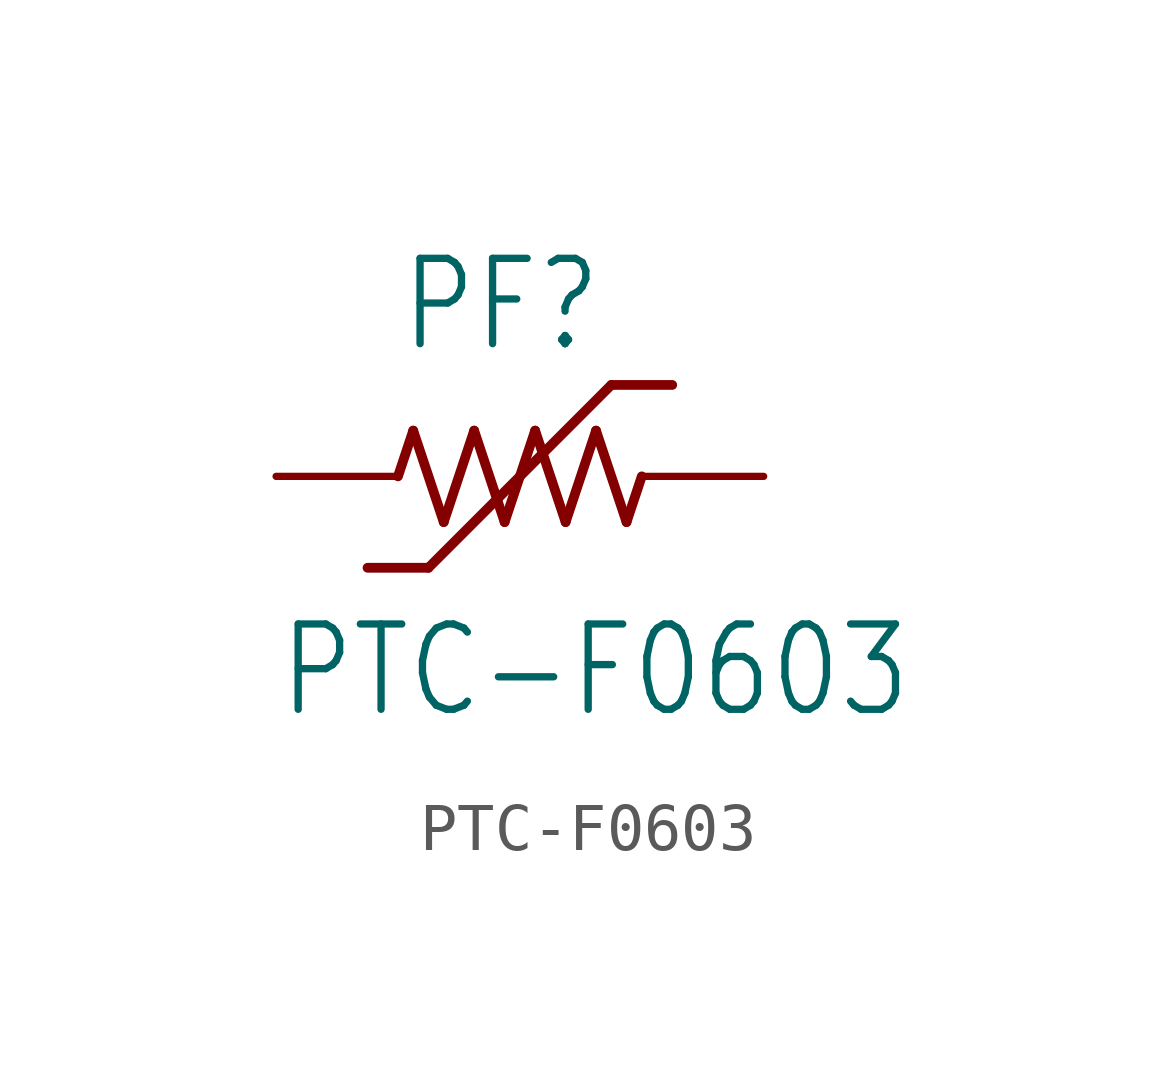
<source format=kicad_sym>
(kicad_symbol_lib
  (version 20211014)
  (generator kicad_symbol_editor)
  (symbol "PTC-F0603"
    (property "Reference" "PF"
      (at -2.54 2.54 0)
      (effects (font (size 1.778 1.511)) (justify left bottom)))
    (property "Value" "PTC-F0603"
      (at -5.08 -5.08 0)
      (effects (font (size 1.778 1.511)) (justify left bottom)))
    (property "ki_locked" ""
      (at 0 0 0)
      (effects (font (size 1.27 1.27))))
    (symbol "PTC-F0603_1_0"
      (polyline (pts (xy -2.54 0) (xy -2.223 0.953)) (stroke (width 0.203) (type default) (color 0 0 0 0)) (fill (type none)))
      (polyline (pts (xy -2.223 0.953) (xy -1.587 -0.953)) (stroke (width 0.203) (type default) (color 0 0 0 0)) (fill (type none)))
      (polyline (pts (xy -1.905 -1.905) (xy -3.175 -1.905)) (stroke (width 0.203) (type default) (color 0 0 0 0)) (fill (type none)))
      (polyline (pts (xy -1.587 -0.953) (xy -0.953 0.953)) (stroke (width 0.203) (type default) (color 0 0 0 0)) (fill (type none)))
      (polyline (pts (xy -0.953 0.953) (xy -0.318 -0.953)) (stroke (width 0.203) (type default) (color 0 0 0 0)) (fill (type none)))
      (polyline (pts (xy -0.318 -0.953) (xy 0.318 0.953)) (stroke (width 0.203) (type default) (color 0 0 0 0)) (fill (type none)))
      (polyline (pts (xy 0.318 0.953) (xy 0.953 -0.953)) (stroke (width 0.203) (type default) (color 0 0 0 0)) (fill (type none)))
      (polyline (pts (xy 0.953 -0.953) (xy 1.587 0.953)) (stroke (width 0.203) (type default) (color 0 0 0 0)) (fill (type none)))
      (polyline (pts (xy 1.587 0.953) (xy 2.223 -0.953)) (stroke (width 0.203) (type default) (color 0 0 0 0)) (fill (type none)))
      (polyline (pts (xy 1.905 1.905) (xy -1.905 -1.905)) (stroke (width 0.203) (type default) (color 0 0 0 0)) (fill (type none)))
      (polyline (pts (xy 2.223 -0.953) (xy 2.54 0)) (stroke (width 0.203) (type default) (color 0 0 0 0)) (fill (type none)))
      (polyline (pts (xy 3.175 1.905) (xy 1.905 1.905)) (stroke (width 0.203) (type default) (color 0 0 0 0)) (fill (type none)))
      (pin passive line (at -5.08 0 0) (length 2.54) (name "1" (effects (font (size 0 0)))) (number "1" (effects (font (size 0 0)))))
      (pin passive line (at 5.08 0 180) (length 2.54) (name "2" (effects (font (size 0 0)))) (number "2" (effects (font (size 0 0))))))))
</source>
